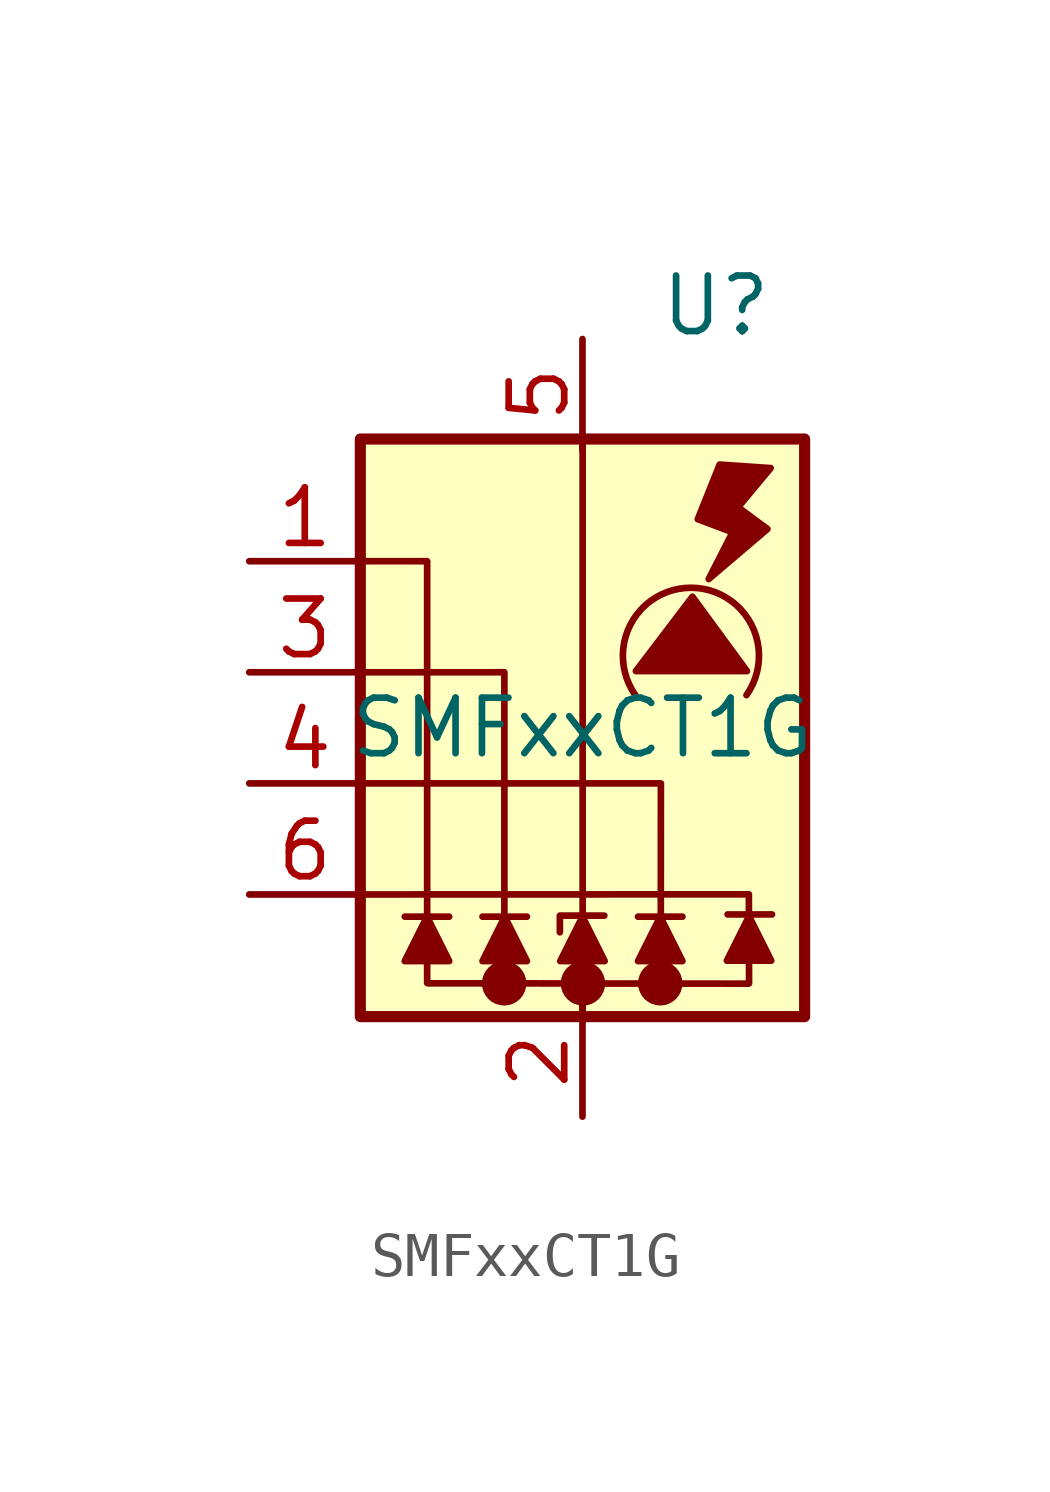
<source format=kicad_sym>
(kicad_symbol_lib
  (version 20241209)
  (generator "kicad_symbol_editor")
  (generator_version "9.0")
  (symbol "SMFxxCT1G"
    (pin_names
      (hide yes))
    (property "Reference" "U"
      (at 3.048 9.652 0)
      (effects (font (size 1.27 1.27))))
    (property "Value" "SMFxxCT1G"
      (at 0 0 0)
      (effects (font (size 1.27 1.27))))
    (symbol "SMFxxCT1G_0_0"
      (circle (center -1.791 -5.843) (radius 0.0001) (stroke (width 0.508) (type default)) (fill (type none)))
      (circle (center 0.011 -5.844) (radius 0.0001) (stroke (width 0.508) (type default)) (fill (type none)))
      (circle (center 1.778 -5.842) (radius 0.0001) (stroke (width 0.508) (type default)) (fill (type none))))
    (symbol "SMFxxCT1G_0_1"
      (polyline (pts (xy -5.08 3.81) (xy -3.556 3.81)) (stroke (width 0) (type default)) (fill (type none)))
      (polyline (pts (xy -5.08 1.27) (xy -1.8 1.271)) (stroke (width 0) (type default)) (fill (type none)))
      (polyline (pts (xy -5.08 -1.27) (xy 1.793 -1.27)) (stroke (width 0) (type default)) (fill (type none)))
      (polyline (pts (xy -5.08 -3.81) (xy 3.805 -3.807)) (stroke (width 0) (type default)) (fill (type none)))
      (polyline (pts (xy -4.064 -4.318) (xy -3.048 -4.318)) (stroke (width 0) (type default)) (fill (type none)))
      (polyline (pts (xy -3.552 3.803) (xy -3.552 -5.834)) (stroke (width 0) (type default)) (fill (type none)))
      (polyline (pts (xy -2.286 -4.318) (xy -1.27 -4.318)) (stroke (width 0) (type default)) (fill (type none)))
      (polyline (pts (xy -1.786 1.27) (xy -1.786 -5.775)) (stroke (width 0) (type default)) (fill (type none)))
      (polyline (pts (xy -0.517 -4.675) (xy -0.517 -4.294) (xy 0.499 -4.294)) (stroke (width 0) (type default)) (fill (type none)))
      (polyline (pts (xy 0.004 -6.552) (xy 0.004 6.6)) (stroke (width 0) (type default)) (fill (type none)))
      (polyline (pts (xy 1.793 -1.287) (xy 1.79 -5.83)) (stroke (width 0) (type default)) (fill (type none)))
      (polyline (pts (xy 2.286 -4.318) (xy 1.27 -4.318)) (stroke (width 0) (type default)) (fill (type none)))
      (polyline (pts (xy 3.319 -4.267) (xy 4.335 -4.267)) (stroke (width 0) (type default)) (fill (type none)))
      (polyline (pts (xy 3.791 -5.85) (xy -3.527 -5.842)) (stroke (width 0) (type default)) (fill (type none)))
      (polyline (pts (xy 3.805 -3.83) (xy 3.809 -5.841)) (stroke (width 0) (type default)) (fill (type none))))
    (symbol "SMFxxCT1G_1_1"
      (rectangle (start -5.08 6.604) (end 5.08 -6.604) (stroke (width 0.254) (type default)) (fill (type background)))
      (polyline (pts (xy -3.048 -5.334) (xy -4.064 -5.334) (xy -3.556 -4.318) (xy -3.048 -5.334)) (stroke (width 0) (type solid)) (fill (type outline)))
      (polyline (pts (xy -1.27 -5.334) (xy -2.286 -5.334) (xy -1.778 -4.318) (xy -1.27 -5.334)) (stroke (width 0) (type solid)) (fill (type outline)))
      (polyline (pts (xy -0.508 -5.334) (xy 0.508 -5.334) (xy 0 -4.318) (xy -0.508 -5.334)) (stroke (width 0) (type solid)) (fill (type outline)))
      (polyline (pts (xy 1.221 1.298) (xy 2.514 2.998) (xy 3.761 1.298) (xy 1.221 1.298)) (stroke (width 0) (type solid)) (fill (type outline)))
      (polyline (pts (xy 1.27 -5.334) (xy 2.286 -5.334) (xy 1.778 -4.318) (xy 1.27 -5.334)) (stroke (width 0) (type solid)) (fill (type outline)))
      (arc (start 1.21 0.748) (mid 2.48 3.2036) (end 3.75 0.748) (stroke (width 0) (type solid)) (fill (type none)))
      (polyline (pts (xy 3.137 6.02) (xy 2.637 4.771) (xy 3.433 4.472) (xy 2.886 3.402) (xy 4.23 4.547) (xy 3.558 5.044) (xy 4.304 5.94) (xy 3.137 6.02)) (stroke (width 0) (type solid)) (fill (type outline)))
      (polyline (pts (xy 4.317 -5.324) (xy 3.301 -5.324) (xy 3.809 -4.308) (xy 4.317 -5.324)) (stroke (width 0) (type solid)) (fill (type outline)))
      (pin passive line (at -7.62 3.81 0) (length 2.54) (name "I/O1" (effects (font (size 1.27 1.27)))) (number "1" (effects (font (size 1.27 1.27)))))
      (pin passive line (at -7.62 1.27 0) (length 2.54) (name "I/O2" (effects (font (size 1.27 1.27)))) (number "3" (effects (font (size 1.27 1.27)))))
      (pin passive line (at -7.62 -1.27 0) (length 2.54) (name "I/O3" (effects (font (size 1.27 1.27)))) (number "4" (effects (font (size 1.27 1.27)))))
      (pin passive line (at -7.62 -3.81 0) (length 2.54) (name "I/O4" (effects (font (size 1.27 1.27)))) (number "6" (effects (font (size 1.27 1.27)))))
      (pin passive line (at 0 8.89 270) (length 2.54) (name "I/O5" (effects (font (size 1.27 1.27)))) (number "5" (effects (font (size 1.27 1.27)))))
      (pin passive line (at 0 -8.89 90) (length 2.54) (name "GND" (effects (font (size 1.27 1.27)))) (number "2" (effects (font (size 1.27 1.27))))))))
</source>
